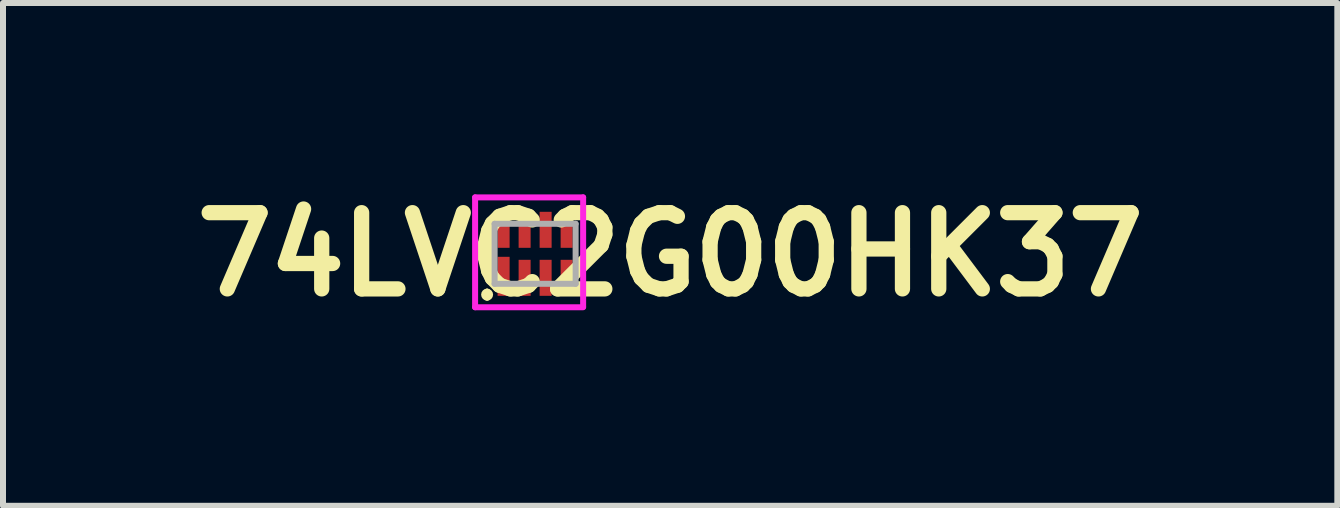
<source format=kicad_pcb>
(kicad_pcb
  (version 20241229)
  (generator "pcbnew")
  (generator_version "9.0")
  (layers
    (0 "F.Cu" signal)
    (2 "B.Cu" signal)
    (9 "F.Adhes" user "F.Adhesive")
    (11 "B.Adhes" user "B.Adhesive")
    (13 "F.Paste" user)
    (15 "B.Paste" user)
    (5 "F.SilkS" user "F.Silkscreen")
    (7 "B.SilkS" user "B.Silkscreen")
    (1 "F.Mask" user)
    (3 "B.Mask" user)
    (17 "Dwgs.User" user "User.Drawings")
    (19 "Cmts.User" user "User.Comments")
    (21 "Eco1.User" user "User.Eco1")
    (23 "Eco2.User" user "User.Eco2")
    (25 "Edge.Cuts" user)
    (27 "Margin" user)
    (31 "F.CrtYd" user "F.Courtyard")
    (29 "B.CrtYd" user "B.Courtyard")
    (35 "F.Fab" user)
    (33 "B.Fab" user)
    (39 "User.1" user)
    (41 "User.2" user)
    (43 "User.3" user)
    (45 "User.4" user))
  (footprint "74LVC2G00HK37"
    (layer "F.Cu")
    (at 5.866 1.179)
    (property "Reference" "74LVC2G00HK37" (at 2.25 0.01 0) (layer "F.SilkS") (effects (font (size 1.27 1.27) (thickness 0.254))))
    (attr smd)
    (fp_line (start -0.8 0.63) (end -0.8 0.63) (stroke (width 0.1) (type solid)) (layer "F.SilkS"))
    (fp_line (start -0.8 0.73) (end -0.8 0.73) (stroke (width 0.1) (type solid)) (layer "F.SilkS"))
    (fp_arc (start -0.8 0.63) (mid -0.75 0.68) (end -0.8 0.73) (stroke (width 0.1) (type solid)) (layer "F.SilkS"))
    (fp_arc (start -0.8 0.73) (mid -0.85 0.68) (end -0.8 0.63) (stroke (width 0.1) (type solid)) (layer "F.SilkS"))
    (fp_line (start -1 -0.94) (end 0.8 -0.94) (stroke (width 0.1) (type solid)) (layer "F.CrtYd"))
    (fp_line (start -1 0.89) (end -1 -0.94) (stroke (width 0.1) (type solid)) (layer "F.CrtYd"))
    (fp_line (start 0.8 -0.94) (end 0.8 0.88) (stroke (width 0.1) (type solid)) (layer "F.CrtYd"))
    (fp_line (start 0.8 0.89) (end -1 0.89) (stroke (width 0.1) (type solid)) (layer "F.CrtYd"))
    (fp_line (start -0.675 -0.5) (end -0.675 0.5) (stroke (width 0.1) (type solid)) (layer "F.Fab"))
    (fp_line (start -0.675 0.5) (end 0.675 0.5) (stroke (width 0.1) (type solid)) (layer "F.Fab"))
    (fp_line (start 0.675 -0.5) (end -0.675 -0.5) (stroke (width 0.1) (type solid)) (layer "F.Fab"))
    (fp_line (start 0.675 0.5) (end 0.675 -0.5) (stroke (width 0.1) (type solid)) (layer "F.Fab"))
    (pad "1" smd rect (at -0.525 0.375) (size 0.2 0.65) (layers "F.Cu" "F.Mask" "F.Paste"))
    (pad "2" smd rect (at -0.175 0.4) (size 0.2 0.6) (layers "F.Cu" "F.Mask" "F.Paste"))
    (pad "3" smd rect (at 0.175 0.4) (size 0.2 0.6) (layers "F.Cu" "F.Mask" "F.Paste"))
    (pad "4" smd rect (at 0.525 0.4) (size 0.2 0.6) (layers "F.Cu" "F.Mask" "F.Paste"))
    (pad "5" smd rect (at 0.525 -0.4) (size 0.2 0.6) (layers "F.Cu" "F.Mask" "F.Paste"))
    (pad "6" smd rect (at 0.175 -0.4) (size 0.2 0.6) (layers "F.Cu" "F.Mask" "F.Paste"))
    (pad "7" smd rect (at -0.175 -0.4) (size 0.2 0.6) (layers "F.Cu" "F.Mask" "F.Paste"))
    (pad "8" smd rect (at -0.525 -0.4) (size 0.2 0.6) (layers "F.Cu" "F.Mask" "F.Paste")))
  (gr_rect
    (start -3 -3)
    (end 19.232 5.377)
    (stroke (width 0.1) (type default))
    (fill no)
    (layer "Edge.Cuts")))
</source>
